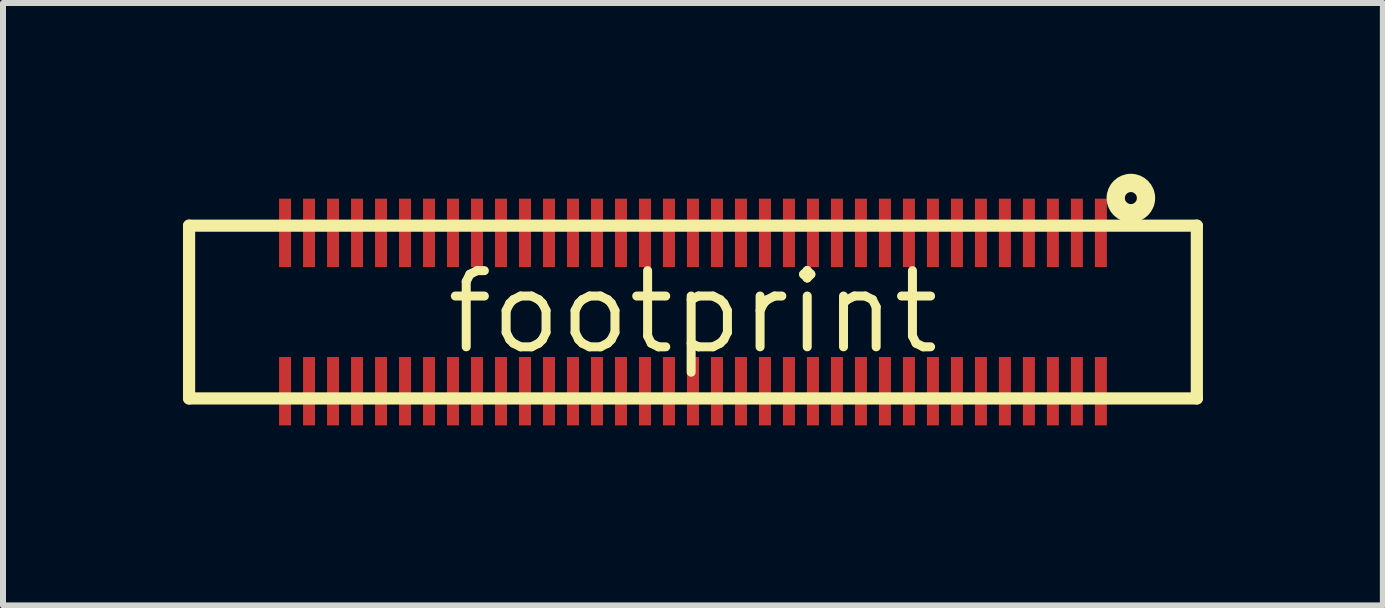
<source format=kicad_pcb>
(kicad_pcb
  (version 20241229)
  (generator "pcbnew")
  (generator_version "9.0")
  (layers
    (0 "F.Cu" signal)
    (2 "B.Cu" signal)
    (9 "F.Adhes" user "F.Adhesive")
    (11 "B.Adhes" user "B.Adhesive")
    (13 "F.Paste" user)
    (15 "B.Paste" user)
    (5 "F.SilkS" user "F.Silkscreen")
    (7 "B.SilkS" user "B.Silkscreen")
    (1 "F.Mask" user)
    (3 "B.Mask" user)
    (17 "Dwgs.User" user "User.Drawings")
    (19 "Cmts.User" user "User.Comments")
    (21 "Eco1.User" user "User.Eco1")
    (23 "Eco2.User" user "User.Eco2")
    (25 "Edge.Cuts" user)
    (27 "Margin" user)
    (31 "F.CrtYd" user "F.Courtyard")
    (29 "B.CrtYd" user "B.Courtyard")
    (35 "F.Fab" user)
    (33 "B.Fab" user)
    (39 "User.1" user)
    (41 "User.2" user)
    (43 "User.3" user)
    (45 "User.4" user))
  (footprint "footprint"
    (layer "F.Cu")
    (at 8.502 2.152)
    (property "Reference" "footprint" (at 0 0 0) (layer "F.SilkS") (effects (font (size 1.27 1.27) (thickness 0.15))))
    (fp_line (start -8.4 -1.44) (end 8.4 -1.44) (stroke (width 0.203) (type solid)) (layer "F.SilkS"))
    (fp_line (start -8.4 1.44) (end -8.4 -1.44) (stroke (width 0.203) (type solid)) (layer "F.SilkS"))
    (fp_line (start 8.4 -1.44) (end 8.4 1.44) (stroke (width 0.203) (type solid)) (layer "F.SilkS"))
    (fp_line (start 8.4 1.44) (end -8.4 1.44) (stroke (width 0.203) (type solid)) (layer "F.SilkS"))
    (fp_circle (center 7.3 -1.9) (end 7.4 -1.9) (stroke (width 0.305) (type solid)) (fill no) (layer "F.SilkS"))
    (pad "1" smd rect (at 6.8 -1.32) (size 0.2 1.14) (layers "F.Cu" "F.Mask" "F.Paste"))
    (pad "2" smd rect (at 6.8 1.32) (size 0.2 1.14) (layers "F.Cu" "F.Mask" "F.Paste"))
    (pad "3" smd rect (at 6.4 -1.32) (size 0.2 1.14) (layers "F.Cu" "F.Mask" "F.Paste"))
    (pad "4" smd rect (at 6.4 1.32) (size 0.2 1.14) (layers "F.Cu" "F.Mask" "F.Paste"))
    (pad "5" smd rect (at 6 -1.32) (size 0.2 1.14) (layers "F.Cu" "F.Mask" "F.Paste"))
    (pad "6" smd rect (at 6 1.32) (size 0.2 1.14) (layers "F.Cu" "F.Mask" "F.Paste"))
    (pad "7" smd rect (at 5.6 -1.32) (size 0.2 1.14) (layers "F.Cu" "F.Mask" "F.Paste"))
    (pad "8" smd rect (at 5.6 1.32) (size 0.2 1.14) (layers "F.Cu" "F.Mask" "F.Paste"))
    (pad "9" smd rect (at 5.2 -1.32) (size 0.2 1.14) (layers "F.Cu" "F.Mask" "F.Paste"))
    (pad "10" smd rect (at 5.2 1.32) (size 0.2 1.14) (layers "F.Cu" "F.Mask" "F.Paste"))
    (pad "11" smd rect (at 4.8 -1.32) (size 0.2 1.14) (layers "F.Cu" "F.Mask" "F.Paste"))
    (pad "12" smd rect (at 4.8 1.32) (size 0.2 1.14) (layers "F.Cu" "F.Mask" "F.Paste"))
    (pad "13" smd rect (at 4.4 -1.32) (size 0.2 1.14) (layers "F.Cu" "F.Mask" "F.Paste"))
    (pad "14" smd rect (at 4.4 1.32) (size 0.2 1.14) (layers "F.Cu" "F.Mask" "F.Paste"))
    (pad "15" smd rect (at 4 -1.32) (size 0.2 1.14) (layers "F.Cu" "F.Mask" "F.Paste"))
    (pad "16" smd rect (at 4 1.32) (size 0.2 1.14) (layers "F.Cu" "F.Mask" "F.Paste"))
    (pad "17" smd rect (at 3.6 -1.32) (size 0.2 1.14) (layers "F.Cu" "F.Mask" "F.Paste"))
    (pad "18" smd rect (at 3.6 1.32) (size 0.2 1.14) (layers "F.Cu" "F.Mask" "F.Paste"))
    (pad "19" smd rect (at 3.2 -1.32) (size 0.2 1.14) (layers "F.Cu" "F.Mask" "F.Paste"))
    (pad "20" smd rect (at 3.2 1.32) (size 0.2 1.14) (layers "F.Cu" "F.Mask" "F.Paste"))
    (pad "21" smd rect (at 2.8 -1.32) (size 0.2 1.14) (layers "F.Cu" "F.Mask" "F.Paste"))
    (pad "22" smd rect (at 2.8 1.32) (size 0.2 1.14) (layers "F.Cu" "F.Mask" "F.Paste"))
    (pad "23" smd rect (at 2.4 -1.32) (size 0.2 1.14) (layers "F.Cu" "F.Mask" "F.Paste"))
    (pad "24" smd rect (at 2.4 1.32) (size 0.2 1.14) (layers "F.Cu" "F.Mask" "F.Paste"))
    (pad "25" smd rect (at 2 -1.32) (size 0.2 1.14) (layers "F.Cu" "F.Mask" "F.Paste"))
    (pad "26" smd rect (at 2 1.32) (size 0.2 1.14) (layers "F.Cu" "F.Mask" "F.Paste"))
    (pad "27" smd rect (at 1.6 -1.32) (size 0.2 1.14) (layers "F.Cu" "F.Mask" "F.Paste"))
    (pad "28" smd rect (at 1.6 1.32) (size 0.2 1.14) (layers "F.Cu" "F.Mask" "F.Paste"))
    (pad "29" smd rect (at 1.2 -1.32) (size 0.2 1.14) (layers "F.Cu" "F.Mask" "F.Paste"))
    (pad "30" smd rect (at 1.2 1.32) (size 0.2 1.14) (layers "F.Cu" "F.Mask" "F.Paste"))
    (pad "31" smd rect (at 0.8 -1.32) (size 0.2 1.14) (layers "F.Cu" "F.Mask" "F.Paste"))
    (pad "32" smd rect (at 0.8 1.32) (size 0.2 1.14) (layers "F.Cu" "F.Mask" "F.Paste"))
    (pad "33" smd rect (at 0.4 -1.32) (size 0.2 1.14) (layers "F.Cu" "F.Mask" "F.Paste"))
    (pad "34" smd rect (at 0.4 1.32) (size 0.2 1.14) (layers "F.Cu" "F.Mask" "F.Paste"))
    (pad "35" smd rect (at 0 -1.32) (size 0.2 1.14) (layers "F.Cu" "F.Mask" "F.Paste"))
    (pad "36" smd rect (at 0 1.32) (size 0.2 1.14) (layers "F.Cu" "F.Mask" "F.Paste"))
    (pad "37" smd rect (at -0.4 -1.32) (size 0.2 1.14) (layers "F.Cu" "F.Mask" "F.Paste"))
    (pad "38" smd rect (at -0.4 1.32) (size 0.2 1.14) (layers "F.Cu" "F.Mask" "F.Paste"))
    (pad "39" smd rect (at -0.8 -1.32) (size 0.2 1.14) (layers "F.Cu" "F.Mask" "F.Paste"))
    (pad "40" smd rect (at -0.8 1.32) (size 0.2 1.14) (layers "F.Cu" "F.Mask" "F.Paste"))
    (pad "41" smd rect (at -1.2 -1.32) (size 0.2 1.14) (layers "F.Cu" "F.Mask" "F.Paste"))
    (pad "42" smd rect (at -1.2 1.32) (size 0.2 1.14) (layers "F.Cu" "F.Mask" "F.Paste"))
    (pad "43" smd rect (at -1.6 -1.32) (size 0.2 1.14) (layers "F.Cu" "F.Mask" "F.Paste"))
    (pad "44" smd rect (at -1.6 1.32) (size 0.2 1.14) (layers "F.Cu" "F.Mask" "F.Paste"))
    (pad "45" smd rect (at -2 -1.32) (size 0.2 1.14) (layers "F.Cu" "F.Mask" "F.Paste"))
    (pad "46" smd rect (at -2 1.32) (size 0.2 1.14) (layers "F.Cu" "F.Mask" "F.Paste"))
    (pad "47" smd rect (at -2.4 -1.32) (size 0.2 1.14) (layers "F.Cu" "F.Mask" "F.Paste"))
    (pad "48" smd rect (at -2.4 1.32) (size 0.2 1.14) (layers "F.Cu" "F.Mask" "F.Paste"))
    (pad "49" smd rect (at -2.8 -1.32) (size 0.2 1.14) (layers "F.Cu" "F.Mask" "F.Paste"))
    (pad "50" smd rect (at -2.8 1.32) (size 0.2 1.14) (layers "F.Cu" "F.Mask" "F.Paste"))
    (pad "51" smd rect (at -3.2 -1.32) (size 0.2 1.14) (layers "F.Cu" "F.Mask" "F.Paste"))
    (pad "52" smd rect (at -3.2 1.32) (size 0.2 1.14) (layers "F.Cu" "F.Mask" "F.Paste"))
    (pad "53" smd rect (at -3.6 -1.32) (size 0.2 1.14) (layers "F.Cu" "F.Mask" "F.Paste"))
    (pad "54" smd rect (at -3.6 1.32) (size 0.2 1.14) (layers "F.Cu" "F.Mask" "F.Paste"))
    (pad "55" smd rect (at -4 -1.32) (size 0.2 1.14) (layers "F.Cu" "F.Mask" "F.Paste"))
    (pad "56" smd rect (at -4 1.32) (size 0.2 1.14) (layers "F.Cu" "F.Mask" "F.Paste"))
    (pad "57" smd rect (at -4.4 -1.32) (size 0.2 1.14) (layers "F.Cu" "F.Mask" "F.Paste"))
    (pad "58" smd rect (at -4.4 1.32) (size 0.2 1.14) (layers "F.Cu" "F.Mask" "F.Paste"))
    (pad "59" smd rect (at -4.8 -1.32) (size 0.2 1.14) (layers "F.Cu" "F.Mask" "F.Paste"))
    (pad "60" smd rect (at -4.8 1.32) (size 0.2 1.14) (layers "F.Cu" "F.Mask" "F.Paste"))
    (pad "61" smd rect (at -5.2 -1.32) (size 0.2 1.14) (layers "F.Cu" "F.Mask" "F.Paste"))
    (pad "62" smd rect (at -5.2 1.32) (size 0.2 1.14) (layers "F.Cu" "F.Mask" "F.Paste"))
    (pad "63" smd rect (at -5.6 -1.32) (size 0.2 1.14) (layers "F.Cu" "F.Mask" "F.Paste"))
    (pad "64" smd rect (at -5.6 1.32) (size 0.2 1.14) (layers "F.Cu" "F.Mask" "F.Paste"))
    (pad "65" smd rect (at -6 -1.32) (size 0.2 1.14) (layers "F.Cu" "F.Mask" "F.Paste"))
    (pad "66" smd rect (at -6 1.32) (size 0.2 1.14) (layers "F.Cu" "F.Mask" "F.Paste"))
    (pad "67" smd rect (at -6.4 -1.32) (size 0.2 1.14) (layers "F.Cu" "F.Mask" "F.Paste"))
    (pad "68" smd rect (at -6.4 1.32) (size 0.2 1.14) (layers "F.Cu" "F.Mask" "F.Paste"))
    (pad "69" smd rect (at -6.8 -1.32) (size 0.2 1.14) (layers "F.Cu" "F.Mask" "F.Paste"))
    (pad "70" smd rect (at -6.8 1.32) (size 0.2 1.14) (layers "F.Cu" "F.Mask" "F.Paste")))
  (gr_rect
    (start -3 -3)
    (end 20.003 7.042)
    (stroke (width 0.1) (type default))
    (fill no)
    (layer "Edge.Cuts")))
</source>
